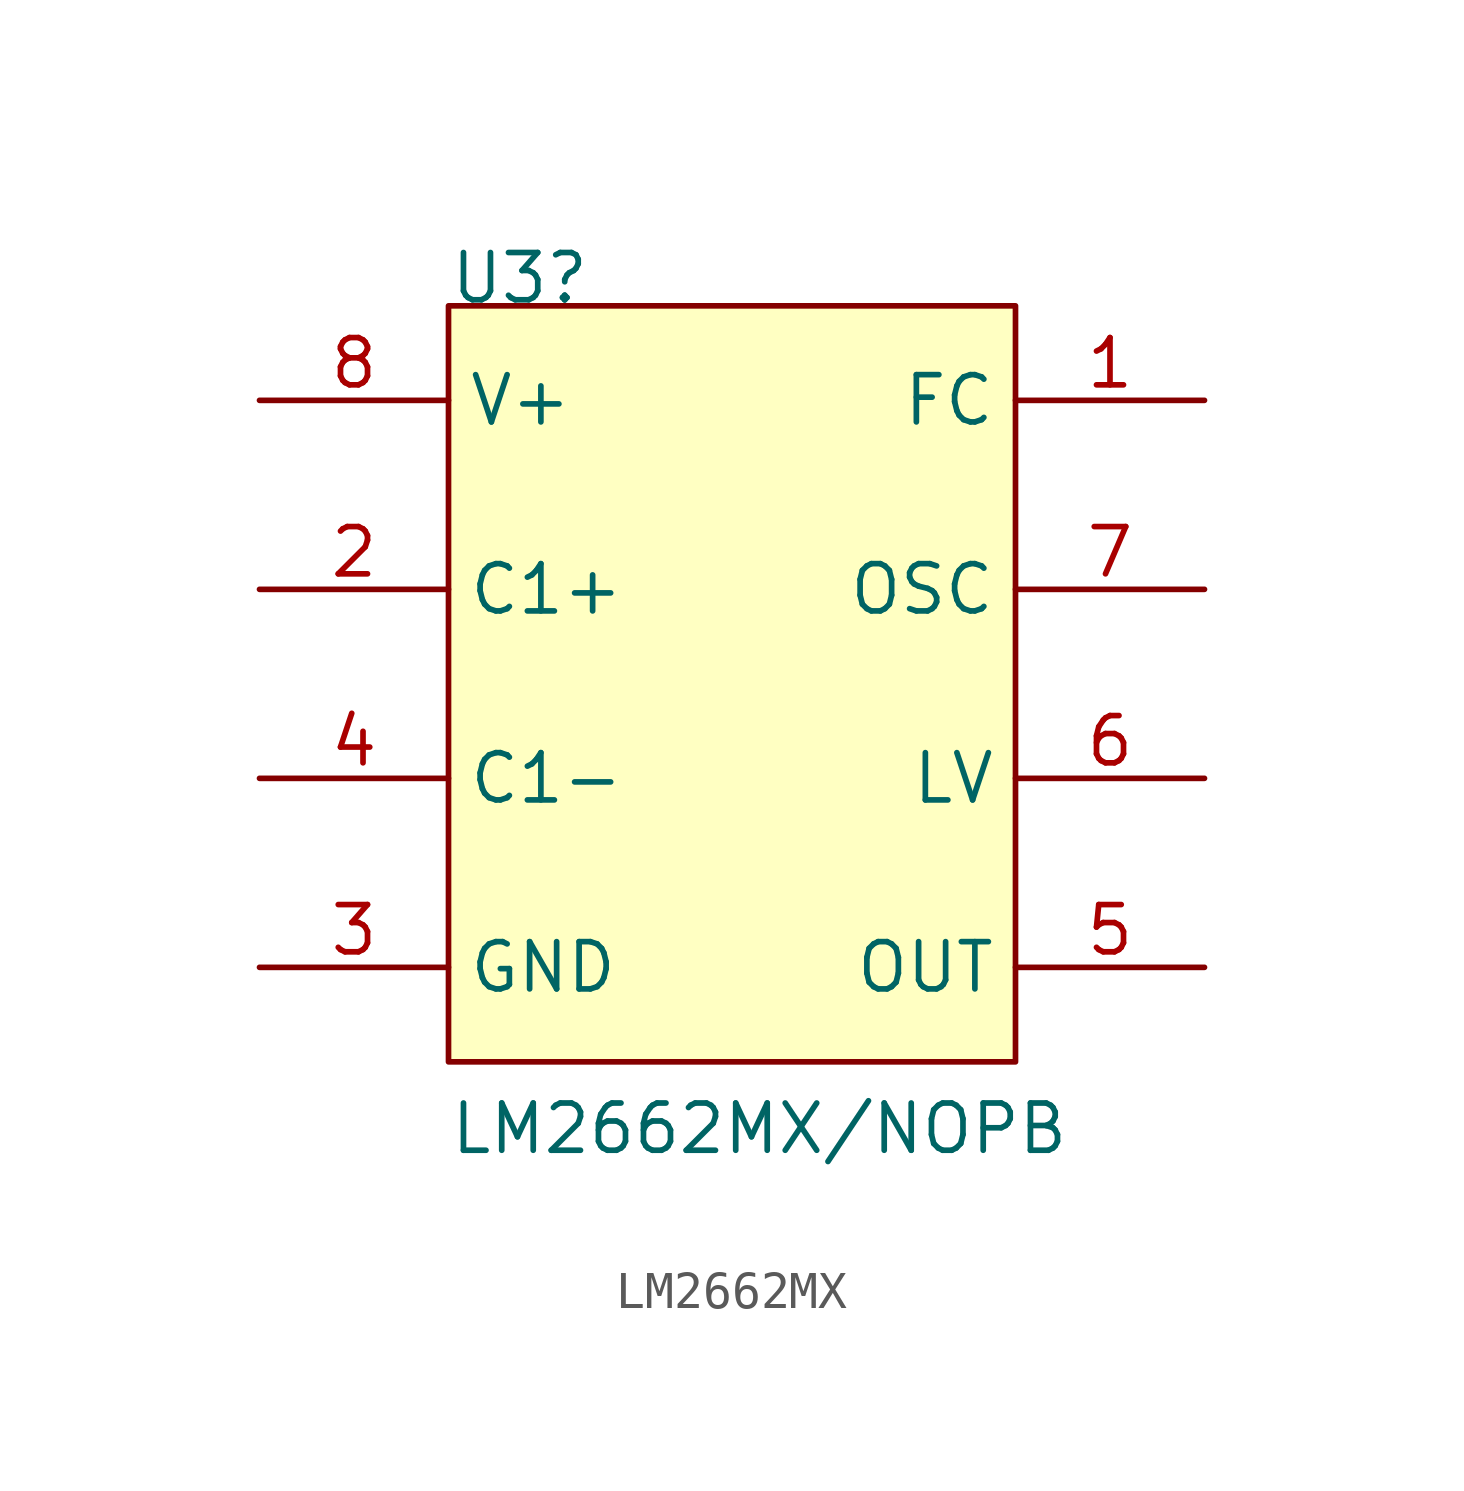
<source format=kicad_sym>
(kicad_symbol_lib
  (version 20241209)
  (generator "kicad_symbol_editor")
  (generator_version "9.0")
  (symbol "LM2662MX"
    (property "Reference" "U3"
      (at 0 0 0)
      (effects (font (size 1.27 1.27)) (justify left bottom)))
    (property "Value" "LM2662MX/NOPB"
      (at 0 -22.86 0)
      (effects (font (size 1.27 1.27)) (justify left bottom)))
    (symbol "LM2662MX_1_0"
      (rectangle (start 15.24 0) (end 0 -20.32) (stroke (width 0) (type default)) (fill (type background)))
      (pin power_in line (at -5.08 -2.54 0) (length 5.08) (name "V+" (effects (font (size 1.27 1.27)))) (number "8" (effects (font (size 1.27 1.27)))))
      (pin input line (at -5.08 -7.62 0) (length 5.08) (name "C1+" (effects (font (size 1.27 1.27)))) (number "2" (effects (font (size 1.27 1.27)))))
      (pin input line (at -5.08 -12.7 0) (length 5.08) (name "C1-" (effects (font (size 1.27 1.27)))) (number "4" (effects (font (size 1.27 1.27)))))
      (pin power_in line (at -5.08 -17.78 0) (length 5.08) (name "GND" (effects (font (size 1.27 1.27)))) (number "3" (effects (font (size 1.27 1.27)))))
      (pin input line (at 20.32 -2.54 180) (length 5.08) (name "FC" (effects (font (size 1.27 1.27)))) (number "1" (effects (font (size 1.27 1.27)))))
      (pin input line (at 20.32 -7.62 180) (length 5.08) (name "OSC" (effects (font (size 1.27 1.27)))) (number "7" (effects (font (size 1.27 1.27)))))
      (pin input line (at 20.32 -12.7 180) (length 5.08) (name "LV" (effects (font (size 1.27 1.27)))) (number "6" (effects (font (size 1.27 1.27)))))
      (pin power_in line (at 20.32 -17.78 180) (length 5.08) (name "OUT" (effects (font (size 1.27 1.27)))) (number "5" (effects (font (size 1.27 1.27))))))))
</source>
